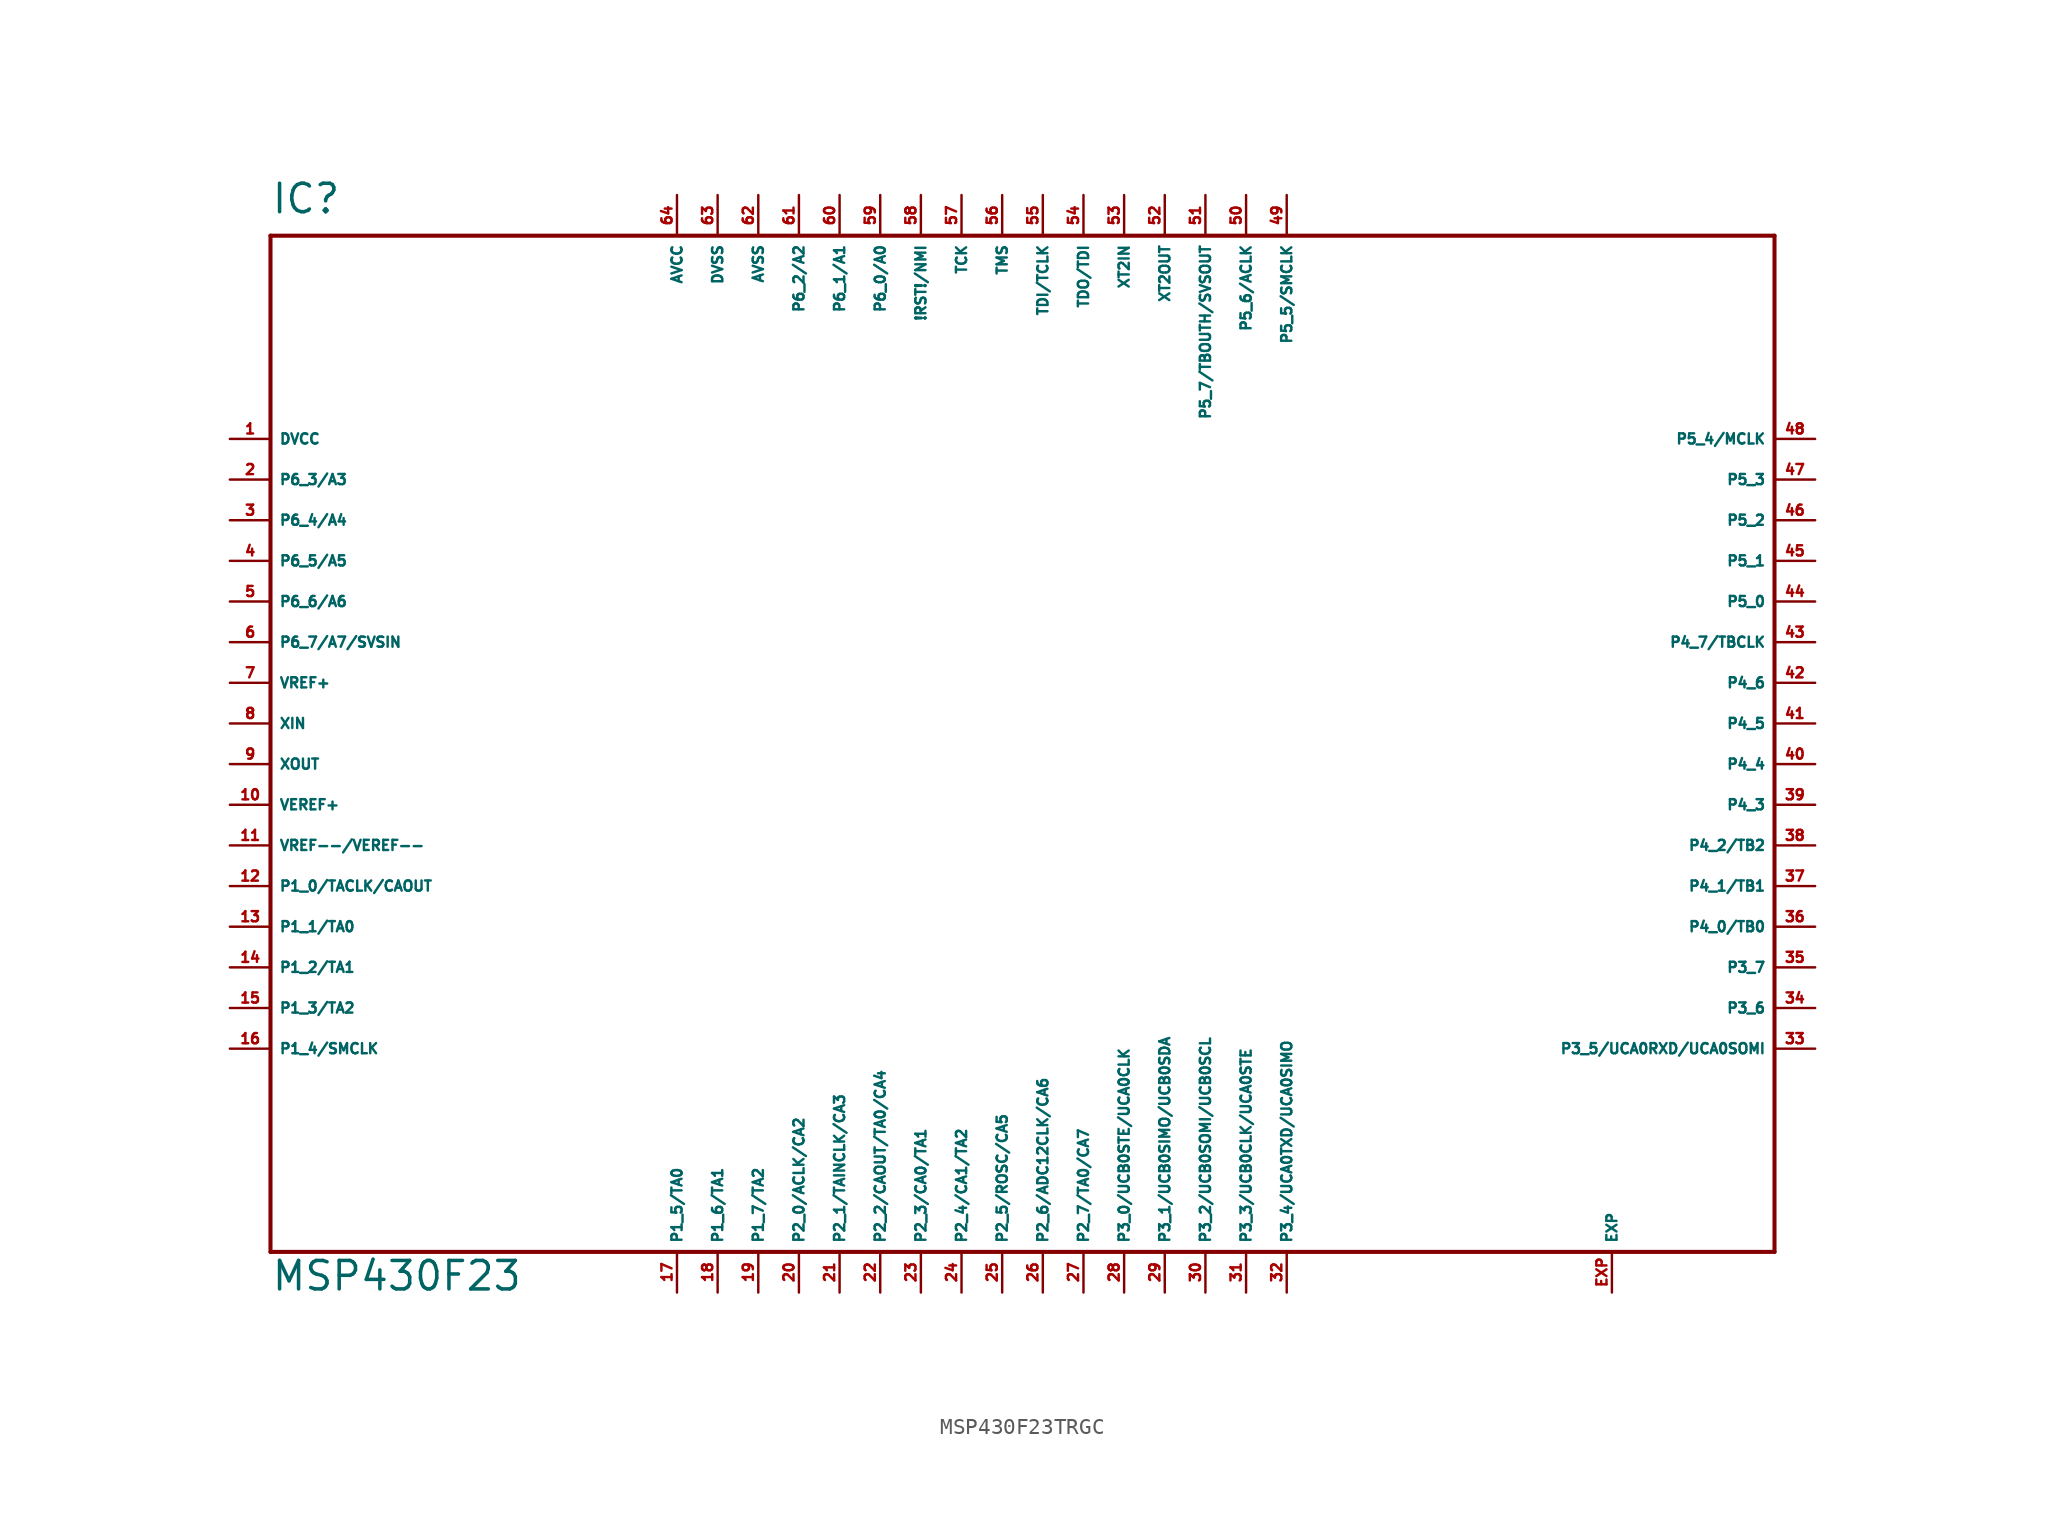
<source format=kicad_sym>
(kicad_symbol_lib
  (version 20220914)
  (generator Eagle2Kicad)
  (symbol "MSP430F23TRGC"
    (property "Reference" "IC"
      (at -45.72 31.75 0)
      (effects (font (size 1.778 1.778) (thickness 0.22)) (justify left bottom)))
    (property "Value" "MSP430F23"
      (at -45.72 -35.56 0)
      (effects (font (size 1.778 1.778) (thickness 0.22)) (justify left bottom)))
    (polyline
      (pts (xy -45.72 -33.02) (xy 48.26 -33.02))
      (stroke (width 0.254) (type default))
      (fill (type none)))
    (polyline
      (pts (xy 48.26 -33.02) (xy 48.26 30.48))
      (stroke (width 0.254) (type default))
      (fill (type none)))
    (polyline
      (pts (xy 48.26 30.48) (xy -45.72 30.48))
      (stroke (width 0.254) (type default))
      (fill (type none)))
    (polyline
      (pts (xy -45.72 30.48) (xy -45.72 -33.02))
      (stroke (width 0.254) (type default))
      (fill (type none)))
    (pin unspecified line
      (at -48.26 17.78 0)
      (length 2.54)
      (name "DVCC" (effects (font (size 0.635 0.635) (thickness 0.08)) (justify left bottom)))
      (number "1" (effects (font (size 0.635 0.635) (thickness 0.08)) (justify left bottom))))
    (pin bidirectional line
      (at -48.26 15.24 0)
      (length 2.54)
      (name "P6_3/A3" (effects (font (size 0.635 0.635) (thickness 0.08)) (justify left bottom)))
      (number "2" (effects (font (size 0.635 0.635) (thickness 0.08)) (justify left bottom))))
    (pin bidirectional line
      (at -48.26 12.7 0)
      (length 2.54)
      (name "P6_4/A4" (effects (font (size 0.635 0.635) (thickness 0.08)) (justify left bottom)))
      (number "3" (effects (font (size 0.635 0.635) (thickness 0.08)) (justify left bottom))))
    (pin bidirectional line
      (at -48.26 10.16 0)
      (length 2.54)
      (name "P6_5/A5" (effects (font (size 0.635 0.635) (thickness 0.08)) (justify left bottom)))
      (number "4" (effects (font (size 0.635 0.635) (thickness 0.08)) (justify left bottom))))
    (pin bidirectional line
      (at -48.26 7.62 0)
      (length 2.54)
      (name "P6_6/A6" (effects (font (size 0.635 0.635) (thickness 0.08)) (justify left bottom)))
      (number "5" (effects (font (size 0.635 0.635) (thickness 0.08)) (justify left bottom))))
    (pin bidirectional line
      (at -48.26 5.08 0)
      (length 2.54)
      (name "P6_7/A7/SVSIN" (effects (font (size 0.635 0.635) (thickness 0.08)) (justify left bottom)))
      (number "6" (effects (font (size 0.635 0.635) (thickness 0.08)) (justify left bottom))))
    (pin output line
      (at -48.26 2.54 0)
      (length 2.54)
      (name "VREF+" (effects (font (size 0.635 0.635) (thickness 0.08)) (justify left bottom)))
      (number "7" (effects (font (size 0.635 0.635) (thickness 0.08)) (justify left bottom))))
    (pin input line
      (at -48.26 0 0)
      (length 2.54)
      (name "XIN" (effects (font (size 0.635 0.635) (thickness 0.08)) (justify left bottom)))
      (number "8" (effects (font (size 0.635 0.635) (thickness 0.08)) (justify left bottom))))
    (pin output line
      (at -48.26 -2.54 0)
      (length 2.54)
      (name "XOUT" (effects (font (size 0.635 0.635) (thickness 0.08)) (justify left bottom)))
      (number "9" (effects (font (size 0.635 0.635) (thickness 0.08)) (justify left bottom))))
    (pin input line
      (at -48.26 -5.08 0)
      (length 2.54)
      (name "VEREF+" (effects (font (size 0.635 0.635) (thickness 0.08)) (justify left bottom)))
      (number "10" (effects (font (size 0.635 0.635) (thickness 0.08)) (justify left bottom))))
    (pin input line
      (at -48.26 -7.62 0)
      (length 2.54)
      (name "VREF--/VEREF--" (effects (font (size 0.635 0.635) (thickness 0.08)) (justify left bottom)))
      (number "11" (effects (font (size 0.635 0.635) (thickness 0.08)) (justify left bottom))))
    (pin bidirectional line
      (at -48.26 -10.16 0)
      (length 2.54)
      (name "P1_0/TACLK/CAOUT" (effects (font (size 0.635 0.635) (thickness 0.08)) (justify left bottom)))
      (number "12" (effects (font (size 0.635 0.635) (thickness 0.08)) (justify left bottom))))
    (pin bidirectional line
      (at -48.26 -12.7 0)
      (length 2.54)
      (name "P1_1/TA0" (effects (font (size 0.635 0.635) (thickness 0.08)) (justify left bottom)))
      (number "13" (effects (font (size 0.635 0.635) (thickness 0.08)) (justify left bottom))))
    (pin bidirectional line
      (at -48.26 -15.24 0)
      (length 2.54)
      (name "P1_2/TA1" (effects (font (size 0.635 0.635) (thickness 0.08)) (justify left bottom)))
      (number "14" (effects (font (size 0.635 0.635) (thickness 0.08)) (justify left bottom))))
    (pin bidirectional line
      (at -48.26 -17.78 0)
      (length 2.54)
      (name "P1_3/TA2" (effects (font (size 0.635 0.635) (thickness 0.08)) (justify left bottom)))
      (number "15" (effects (font (size 0.635 0.635) (thickness 0.08)) (justify left bottom))))
    (pin bidirectional line
      (at -48.26 -20.32 0)
      (length 2.54)
      (name "P1_4/SMCLK" (effects (font (size 0.635 0.635) (thickness 0.08)) (justify left bottom)))
      (number "16" (effects (font (size 0.635 0.635) (thickness 0.08)) (justify left bottom))))
    (pin bidirectional line
      (at -20.32 -35.56 90)
      (length 2.54)
      (name "P1_5/TA0" (effects (font (size 0.635 0.635) (thickness 0.08)) (justify left bottom)))
      (number "17" (effects (font (size 0.635 0.635) (thickness 0.08)) (justify left bottom))))
    (pin bidirectional line
      (at -17.78 -35.56 90)
      (length 2.54)
      (name "P1_6/TA1" (effects (font (size 0.635 0.635) (thickness 0.08)) (justify left bottom)))
      (number "18" (effects (font (size 0.635 0.635) (thickness 0.08)) (justify left bottom))))
    (pin bidirectional line
      (at -15.24 -35.56 90)
      (length 2.54)
      (name "P1_7/TA2" (effects (font (size 0.635 0.635) (thickness 0.08)) (justify left bottom)))
      (number "19" (effects (font (size 0.635 0.635) (thickness 0.08)) (justify left bottom))))
    (pin bidirectional line
      (at -12.7 -35.56 90)
      (length 2.54)
      (name "P2_0/ACLK/CA2" (effects (font (size 0.635 0.635) (thickness 0.08)) (justify left bottom)))
      (number "20" (effects (font (size 0.635 0.635) (thickness 0.08)) (justify left bottom))))
    (pin bidirectional line
      (at -10.16 -35.56 90)
      (length 2.54)
      (name "P2_1/TAINCLK/CA3" (effects (font (size 0.635 0.635) (thickness 0.08)) (justify left bottom)))
      (number "21" (effects (font (size 0.635 0.635) (thickness 0.08)) (justify left bottom))))
    (pin bidirectional line
      (at -7.62 -35.56 90)
      (length 2.54)
      (name "P2_2/CAOUT/TA0/CA4" (effects (font (size 0.635 0.635) (thickness 0.08)) (justify left bottom)))
      (number "22" (effects (font (size 0.635 0.635) (thickness 0.08)) (justify left bottom))))
    (pin bidirectional line
      (at -5.08 -35.56 90)
      (length 2.54)
      (name "P2_3/CA0/TA1" (effects (font (size 0.635 0.635) (thickness 0.08)) (justify left bottom)))
      (number "23" (effects (font (size 0.635 0.635) (thickness 0.08)) (justify left bottom))))
    (pin bidirectional line
      (at -2.54 -35.56 90)
      (length 2.54)
      (name "P2_4/CA1/TA2" (effects (font (size 0.635 0.635) (thickness 0.08)) (justify left bottom)))
      (number "24" (effects (font (size 0.635 0.635) (thickness 0.08)) (justify left bottom))))
    (pin bidirectional line
      (at 0 -35.56 90)
      (length 2.54)
      (name "P2_5/ROSC/CA5" (effects (font (size 0.635 0.635) (thickness 0.08)) (justify left bottom)))
      (number "25" (effects (font (size 0.635 0.635) (thickness 0.08)) (justify left bottom))))
    (pin bidirectional line
      (at 2.54 -35.56 90)
      (length 2.54)
      (name "P2_6/ADC12CLK/CA6" (effects (font (size 0.635 0.635) (thickness 0.08)) (justify left bottom)))
      (number "26" (effects (font (size 0.635 0.635) (thickness 0.08)) (justify left bottom))))
    (pin bidirectional line
      (at 5.08 -35.56 90)
      (length 2.54)
      (name "P2_7/TA0/CA7" (effects (font (size 0.635 0.635) (thickness 0.08)) (justify left bottom)))
      (number "27" (effects (font (size 0.635 0.635) (thickness 0.08)) (justify left bottom))))
    (pin bidirectional line
      (at 7.62 -35.56 90)
      (length 2.54)
      (name "P3_0/UCB0STE/UCA0CLK" (effects (font (size 0.635 0.635) (thickness 0.08)) (justify left bottom)))
      (number "28" (effects (font (size 0.635 0.635) (thickness 0.08)) (justify left bottom))))
    (pin bidirectional line
      (at 10.16 -35.56 90)
      (length 2.54)
      (name "P3_1/UCB0SIMO/UCB0SDA" (effects (font (size 0.635 0.635) (thickness 0.08)) (justify left bottom)))
      (number "29" (effects (font (size 0.635 0.635) (thickness 0.08)) (justify left bottom))))
    (pin bidirectional line
      (at 12.7 -35.56 90)
      (length 2.54)
      (name "P3_2/UCB0SOMI/UCB0SCL" (effects (font (size 0.635 0.635) (thickness 0.08)) (justify left bottom)))
      (number "30" (effects (font (size 0.635 0.635) (thickness 0.08)) (justify left bottom))))
    (pin bidirectional line
      (at 15.24 -35.56 90)
      (length 2.54)
      (name "P3_3/UCB0CLK/UCA0STE" (effects (font (size 0.635 0.635) (thickness 0.08)) (justify left bottom)))
      (number "31" (effects (font (size 0.635 0.635) (thickness 0.08)) (justify left bottom))))
    (pin bidirectional line
      (at 17.78 -35.56 90)
      (length 2.54)
      (name "P3_4/UCA0TXD/UCA0SIMO" (effects (font (size 0.635 0.635) (thickness 0.08)) (justify left bottom)))
      (number "32" (effects (font (size 0.635 0.635) (thickness 0.08)) (justify left bottom))))
    (pin bidirectional line
      (at 50.8 -20.32 180)
      (length 2.54)
      (name "P3_5/UCA0RXD/UCA0SOMI" (effects (font (size 0.635 0.635) (thickness 0.08)) (justify left bottom)))
      (number "33" (effects (font (size 0.635 0.635) (thickness 0.08)) (justify left bottom))))
    (pin bidirectional line
      (at 50.8 -17.78 180)
      (length 2.54)
      (name "P3_6" (effects (font (size 0.635 0.635) (thickness 0.08)) (justify left bottom)))
      (number "34" (effects (font (size 0.635 0.635) (thickness 0.08)) (justify left bottom))))
    (pin bidirectional line
      (at 50.8 -15.24 180)
      (length 2.54)
      (name "P3_7" (effects (font (size 0.635 0.635) (thickness 0.08)) (justify left bottom)))
      (number "35" (effects (font (size 0.635 0.635) (thickness 0.08)) (justify left bottom))))
    (pin bidirectional line
      (at 50.8 -12.7 180)
      (length 2.54)
      (name "P4_0/TB0" (effects (font (size 0.635 0.635) (thickness 0.08)) (justify left bottom)))
      (number "36" (effects (font (size 0.635 0.635) (thickness 0.08)) (justify left bottom))))
    (pin bidirectional line
      (at 50.8 -10.16 180)
      (length 2.54)
      (name "P4_1/TB1" (effects (font (size 0.635 0.635) (thickness 0.08)) (justify left bottom)))
      (number "37" (effects (font (size 0.635 0.635) (thickness 0.08)) (justify left bottom))))
    (pin bidirectional line
      (at 50.8 -7.62 180)
      (length 2.54)
      (name "P4_2/TB2" (effects (font (size 0.635 0.635) (thickness 0.08)) (justify left bottom)))
      (number "38" (effects (font (size 0.635 0.635) (thickness 0.08)) (justify left bottom))))
    (pin bidirectional line
      (at 50.8 -5.08 180)
      (length 2.54)
      (name "P4_3" (effects (font (size 0.635 0.635) (thickness 0.08)) (justify left bottom)))
      (number "39" (effects (font (size 0.635 0.635) (thickness 0.08)) (justify left bottom))))
    (pin bidirectional line
      (at 50.8 -2.54 180)
      (length 2.54)
      (name "P4_4" (effects (font (size 0.635 0.635) (thickness 0.08)) (justify left bottom)))
      (number "40" (effects (font (size 0.635 0.635) (thickness 0.08)) (justify left bottom))))
    (pin bidirectional line
      (at 50.8 0 180)
      (length 2.54)
      (name "P4_5" (effects (font (size 0.635 0.635) (thickness 0.08)) (justify left bottom)))
      (number "41" (effects (font (size 0.635 0.635) (thickness 0.08)) (justify left bottom))))
    (pin bidirectional line
      (at 50.8 2.54 180)
      (length 2.54)
      (name "P4_6" (effects (font (size 0.635 0.635) (thickness 0.08)) (justify left bottom)))
      (number "42" (effects (font (size 0.635 0.635) (thickness 0.08)) (justify left bottom))))
    (pin bidirectional line
      (at 50.8 5.08 180)
      (length 2.54)
      (name "P4_7/TBCLK" (effects (font (size 0.635 0.635) (thickness 0.08)) (justify left bottom)))
      (number "43" (effects (font (size 0.635 0.635) (thickness 0.08)) (justify left bottom))))
    (pin bidirectional line
      (at 50.8 7.62 180)
      (length 2.54)
      (name "P5_0" (effects (font (size 0.635 0.635) (thickness 0.08)) (justify left bottom)))
      (number "44" (effects (font (size 0.635 0.635) (thickness 0.08)) (justify left bottom))))
    (pin bidirectional line
      (at 50.8 10.16 180)
      (length 2.54)
      (name "P5_1" (effects (font (size 0.635 0.635) (thickness 0.08)) (justify left bottom)))
      (number "45" (effects (font (size 0.635 0.635) (thickness 0.08)) (justify left bottom))))
    (pin bidirectional line
      (at 50.8 12.7 180)
      (length 2.54)
      (name "P5_2" (effects (font (size 0.635 0.635) (thickness 0.08)) (justify left bottom)))
      (number "46" (effects (font (size 0.635 0.635) (thickness 0.08)) (justify left bottom))))
    (pin bidirectional line
      (at 50.8 15.24 180)
      (length 2.54)
      (name "P5_3" (effects (font (size 0.635 0.635) (thickness 0.08)) (justify left bottom)))
      (number "47" (effects (font (size 0.635 0.635) (thickness 0.08)) (justify left bottom))))
    (pin bidirectional line
      (at 50.8 17.78 180)
      (length 2.54)
      (name "P5_4/MCLK" (effects (font (size 0.635 0.635) (thickness 0.08)) (justify left bottom)))
      (number "48" (effects (font (size 0.635 0.635) (thickness 0.08)) (justify left bottom))))
    (pin bidirectional line
      (at 17.78 33.02 270)
      (length 2.54)
      (name "P5_5/SMCLK" (effects (font (size 0.635 0.635) (thickness 0.08)) (justify left bottom)))
      (number "49" (effects (font (size 0.635 0.635) (thickness 0.08)) (justify left bottom))))
    (pin bidirectional line
      (at 15.24 33.02 270)
      (length 2.54)
      (name "P5_6/ACLK" (effects (font (size 0.635 0.635) (thickness 0.08)) (justify left bottom)))
      (number "50" (effects (font (size 0.635 0.635) (thickness 0.08)) (justify left bottom))))
    (pin bidirectional line
      (at 12.7 33.02 270)
      (length 2.54)
      (name "P5_7/TBOUTH/SVSOUT" (effects (font (size 0.635 0.635) (thickness 0.08)) (justify left bottom)))
      (number "51" (effects (font (size 0.635 0.635) (thickness 0.08)) (justify left bottom))))
    (pin output line
      (at 10.16 33.02 270)
      (length 2.54)
      (name "XT2OUT" (effects (font (size 0.635 0.635) (thickness 0.08)) (justify left bottom)))
      (number "52" (effects (font (size 0.635 0.635) (thickness 0.08)) (justify left bottom))))
    (pin input line
      (at 7.62 33.02 270)
      (length 2.54)
      (name "XT2IN" (effects (font (size 0.635 0.635) (thickness 0.08)) (justify left bottom)))
      (number "53" (effects (font (size 0.635 0.635) (thickness 0.08)) (justify left bottom))))
    (pin bidirectional line
      (at 5.08 33.02 270)
      (length 2.54)
      (name "TDO/TDI" (effects (font (size 0.635 0.635) (thickness 0.08)) (justify left bottom)))
      (number "54" (effects (font (size 0.635 0.635) (thickness 0.08)) (justify left bottom))))
    (pin input line
      (at 2.54 33.02 270)
      (length 2.54)
      (name "TDI/TCLK" (effects (font (size 0.635 0.635) (thickness 0.08)) (justify left bottom)))
      (number "55" (effects (font (size 0.635 0.635) (thickness 0.08)) (justify left bottom))))
    (pin input line
      (at 0 33.02 270)
      (length 2.54)
      (name "TMS" (effects (font (size 0.635 0.635) (thickness 0.08)) (justify left bottom)))
      (number "56" (effects (font (size 0.635 0.635) (thickness 0.08)) (justify left bottom))))
    (pin input line
      (at -2.54 33.02 270)
      (length 2.54)
      (name "TCK" (effects (font (size 0.635 0.635) (thickness 0.08)) (justify left bottom)))
      (number "57" (effects (font (size 0.635 0.635) (thickness 0.08)) (justify left bottom))))
    (pin input line
      (at -5.08 33.02 270)
      (length 2.54)
      (name "!RST!/NMI" (effects (font (size 0.635 0.635) (thickness 0.08)) (justify left bottom)))
      (number "58" (effects (font (size 0.635 0.635) (thickness 0.08)) (justify left bottom))))
    (pin bidirectional line
      (at -7.62 33.02 270)
      (length 2.54)
      (name "P6_0/A0" (effects (font (size 0.635 0.635) (thickness 0.08)) (justify left bottom)))
      (number "59" (effects (font (size 0.635 0.635) (thickness 0.08)) (justify left bottom))))
    (pin bidirectional line
      (at -10.16 33.02 270)
      (length 2.54)
      (name "P6_1/A1" (effects (font (size 0.635 0.635) (thickness 0.08)) (justify left bottom)))
      (number "60" (effects (font (size 0.635 0.635) (thickness 0.08)) (justify left bottom))))
    (pin bidirectional line
      (at -12.7 33.02 270)
      (length 2.54)
      (name "P6_2/A2" (effects (font (size 0.635 0.635) (thickness 0.08)) (justify left bottom)))
      (number "61" (effects (font (size 0.635 0.635) (thickness 0.08)) (justify left bottom))))
    (pin unspecified line
      (at -15.24 33.02 270)
      (length 2.54)
      (name "AVSS" (effects (font (size 0.635 0.635) (thickness 0.08)) (justify left bottom)))
      (number "62" (effects (font (size 0.635 0.635) (thickness 0.08)) (justify left bottom))))
    (pin unspecified line
      (at -17.78 33.02 270)
      (length 2.54)
      (name "DVSS" (effects (font (size 0.635 0.635) (thickness 0.08)) (justify left bottom)))
      (number "63" (effects (font (size 0.635 0.635) (thickness 0.08)) (justify left bottom))))
    (pin unspecified line
      (at -20.32 33.02 270)
      (length 2.54)
      (name "AVCC" (effects (font (size 0.635 0.635) (thickness 0.08)) (justify left bottom)))
      (number "64" (effects (font (size 0.635 0.635) (thickness 0.08)) (justify left bottom))))
    (pin passive line
      (at 38.1 -35.56 90)
      (length 2.54)
      (name "EXP" (effects (font (size 0.635 0.635) (thickness 0.08)) (justify left bottom)))
      (number "EXP" (effects (font (size 0.635 0.635) (thickness 0.08)) (justify left bottom))))))
</source>
